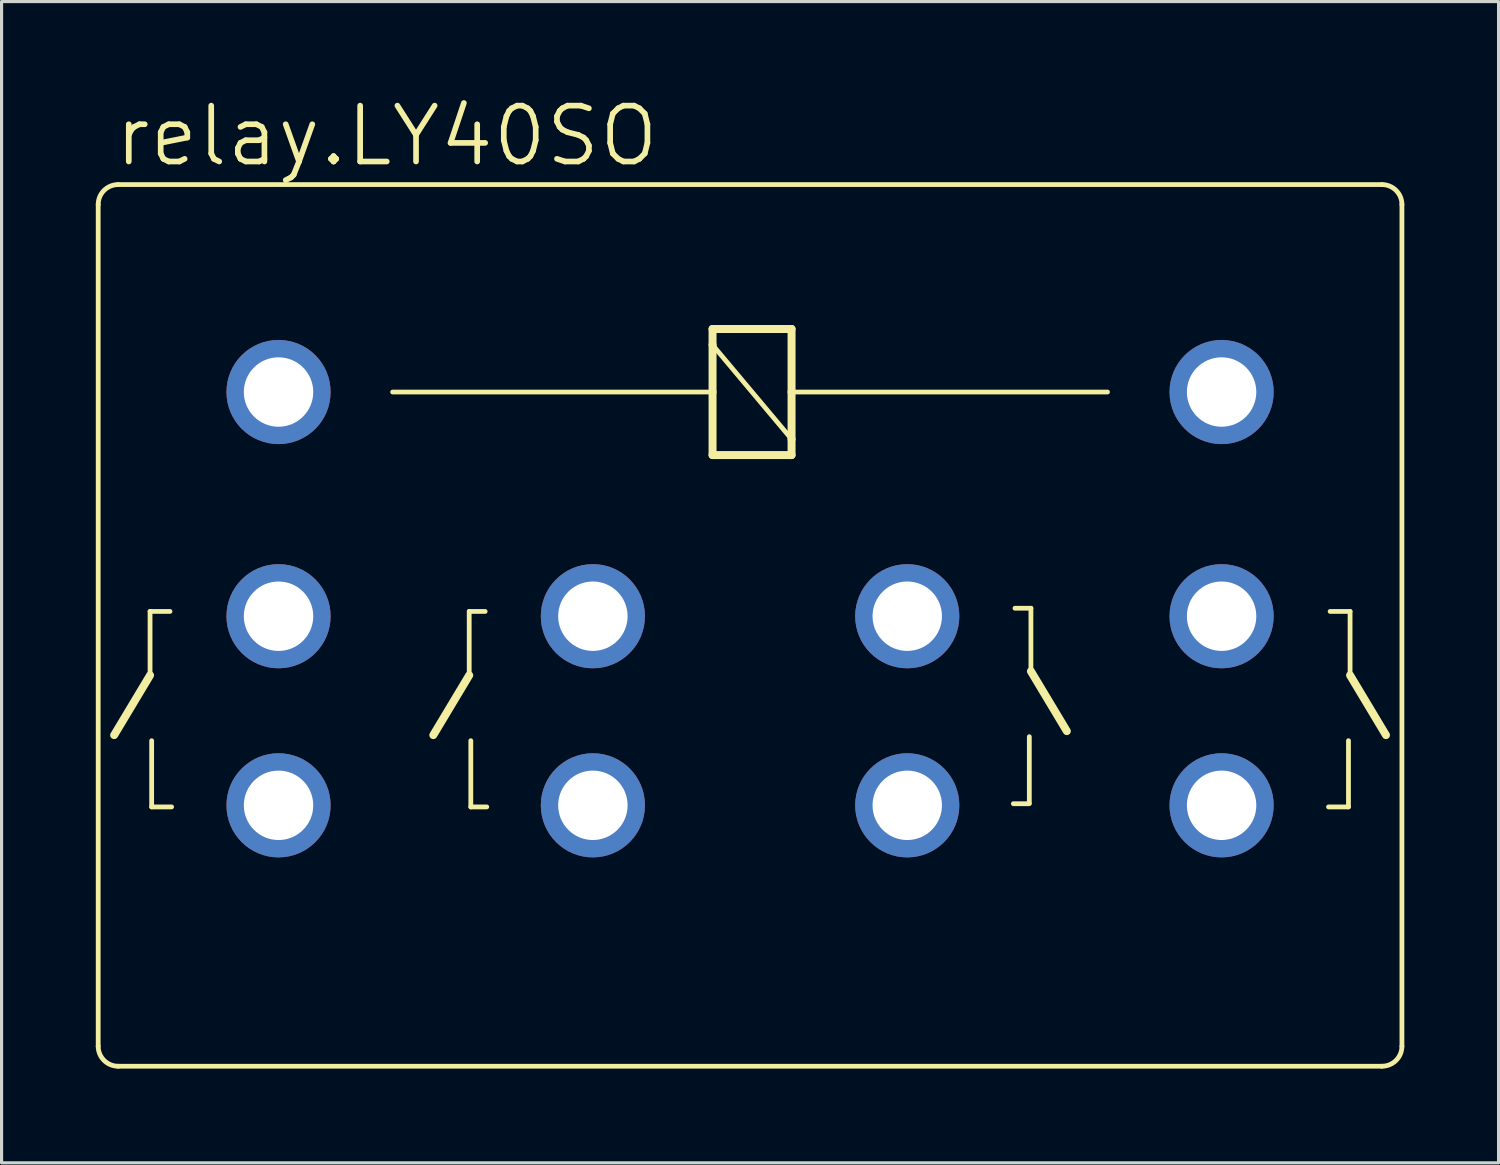
<source format=kicad_pcb>
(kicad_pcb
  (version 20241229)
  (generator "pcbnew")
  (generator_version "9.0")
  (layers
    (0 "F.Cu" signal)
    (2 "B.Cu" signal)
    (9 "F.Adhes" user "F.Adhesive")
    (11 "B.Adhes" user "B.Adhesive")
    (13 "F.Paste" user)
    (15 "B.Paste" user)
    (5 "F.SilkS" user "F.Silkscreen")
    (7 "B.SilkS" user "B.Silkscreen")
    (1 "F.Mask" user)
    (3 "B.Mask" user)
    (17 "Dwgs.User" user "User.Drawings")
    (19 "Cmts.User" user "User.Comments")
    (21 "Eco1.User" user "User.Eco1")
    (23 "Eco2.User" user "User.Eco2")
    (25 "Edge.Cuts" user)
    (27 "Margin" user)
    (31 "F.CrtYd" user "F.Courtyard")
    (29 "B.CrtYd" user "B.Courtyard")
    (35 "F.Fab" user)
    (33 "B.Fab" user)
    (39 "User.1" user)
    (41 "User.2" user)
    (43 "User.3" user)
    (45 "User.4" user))
  (footprint "relay.LY40SO"
    (layer "F.Cu")
    (at 20.828 9.43)
    (property "Reference" "relay.LY40SO" (at -20.32 -7.112 0) (layer "F.SilkS") (effects (font (size 1.778 1.778) (thickness 0.18)) (justify left bottom)))
    (attr through_hole)
    (fp_line (start -17.805 1.27) (end -17.805 -1.27) (stroke (width 1.143) (type default)) (layer "F.Mask"))
    (fp_line (start -17.805 8.407) (end -17.805 5.867) (stroke (width 1.143) (type default)) (layer "F.Mask"))
    (fp_line (start -17.805 14.427) (end -17.805 11.887) (stroke (width 1.143) (type default)) (layer "F.Mask"))
    (fp_line (start -17.297 -1.27) (end -12.725 -1.27) (stroke (width 1.143) (type default)) (layer "F.Mask"))
    (fp_line (start -17.297 1.27) (end -17.297 -1.27) (stroke (width 1.143) (type default)) (layer "F.Mask"))
    (fp_line (start -17.297 5.867) (end -12.725 5.867) (stroke (width 1.143) (type default)) (layer "F.Mask"))
    (fp_line (start -17.297 8.407) (end -17.297 5.867) (stroke (width 1.143) (type default)) (layer "F.Mask"))
    (fp_line (start -17.297 11.887) (end -12.725 11.887) (stroke (width 1.143) (type default)) (layer "F.Mask"))
    (fp_line (start -17.297 14.427) (end -17.297 11.887) (stroke (width 1.143) (type default)) (layer "F.Mask"))
    (fp_line (start -12.725 -1.27) (end -12.725 1.27) (stroke (width 1.143) (type default)) (layer "F.Mask"))
    (fp_line (start -12.725 1.27) (end -17.297 1.27) (stroke (width 1.143) (type default)) (layer "F.Mask"))
    (fp_line (start -12.725 5.867) (end -12.725 8.407) (stroke (width 1.143) (type default)) (layer "F.Mask"))
    (fp_line (start -12.725 8.407) (end -17.297 8.407) (stroke (width 1.143) (type default)) (layer "F.Mask"))
    (fp_line (start -12.725 11.887) (end -12.725 14.427) (stroke (width 1.143) (type default)) (layer "F.Mask"))
    (fp_line (start -12.725 14.427) (end -17.297 14.427) (stroke (width 1.143) (type default)) (layer "F.Mask"))
    (fp_line (start -12.217 -1.27) (end -12.217 1.27) (stroke (width 1.143) (type default)) (layer "F.Mask"))
    (fp_line (start -12.217 5.867) (end -12.217 8.407) (stroke (width 1.143) (type default)) (layer "F.Mask"))
    (fp_line (start -12.217 11.887) (end -12.217 14.427) (stroke (width 1.143) (type default)) (layer "F.Mask"))
    (fp_line (start -7.798 8.407) (end -7.798 5.867) (stroke (width 1.143) (type default)) (layer "F.Mask"))
    (fp_line (start -7.798 14.427) (end -7.798 11.887) (stroke (width 1.143) (type default)) (layer "F.Mask"))
    (fp_line (start -7.29 5.867) (end -2.718 5.867) (stroke (width 1.143) (type default)) (layer "F.Mask"))
    (fp_line (start -7.29 8.407) (end -7.29 5.867) (stroke (width 1.143) (type default)) (layer "F.Mask"))
    (fp_line (start -7.29 11.887) (end -2.718 11.887) (stroke (width 1.143) (type default)) (layer "F.Mask"))
    (fp_line (start -7.29 14.427) (end -7.29 11.887) (stroke (width 1.143) (type default)) (layer "F.Mask"))
    (fp_line (start -2.718 5.867) (end -2.718 8.407) (stroke (width 1.143) (type default)) (layer "F.Mask"))
    (fp_line (start -2.718 8.407) (end -7.29 8.407) (stroke (width 1.143) (type default)) (layer "F.Mask"))
    (fp_line (start -2.718 11.887) (end -2.718 14.427) (stroke (width 1.143) (type default)) (layer "F.Mask"))
    (fp_line (start -2.718 14.427) (end -7.29 14.427) (stroke (width 1.143) (type default)) (layer "F.Mask"))
    (fp_line (start -2.21 5.867) (end -2.21 8.407) (stroke (width 1.143) (type default)) (layer "F.Mask"))
    (fp_line (start -2.21 11.887) (end -2.21 14.427) (stroke (width 1.143) (type default)) (layer "F.Mask"))
    (fp_line (start 2.21 8.407) (end 2.21 5.867) (stroke (width 1.143) (type default)) (layer "F.Mask"))
    (fp_line (start 2.21 14.427) (end 2.21 11.887) (stroke (width 1.143) (type default)) (layer "F.Mask"))
    (fp_line (start 2.718 5.867) (end 7.29 5.867) (stroke (width 1.143) (type default)) (layer "F.Mask"))
    (fp_line (start 2.718 8.407) (end 2.718 5.867) (stroke (width 1.143) (type default)) (layer "F.Mask"))
    (fp_line (start 2.718 11.887) (end 7.29 11.887) (stroke (width 1.143) (type default)) (layer "F.Mask"))
    (fp_line (start 2.718 14.427) (end 2.718 11.887) (stroke (width 1.143) (type default)) (layer "F.Mask"))
    (fp_line (start 7.29 5.867) (end 7.29 8.407) (stroke (width 1.143) (type default)) (layer "F.Mask"))
    (fp_line (start 7.29 8.407) (end 2.718 8.407) (stroke (width 1.143) (type default)) (layer "F.Mask"))
    (fp_line (start 7.29 11.887) (end 7.29 14.427) (stroke (width 1.143) (type default)) (layer "F.Mask"))
    (fp_line (start 7.29 14.427) (end 2.718 14.427) (stroke (width 1.143) (type default)) (layer "F.Mask"))
    (fp_line (start 7.798 5.867) (end 7.798 8.407) (stroke (width 1.143) (type default)) (layer "F.Mask"))
    (fp_line (start 7.798 11.887) (end 7.798 14.427) (stroke (width 1.143) (type default)) (layer "F.Mask"))
    (fp_line (start 12.217 1.27) (end 12.217 -1.27) (stroke (width 1.143) (type default)) (layer "F.Mask"))
    (fp_line (start 12.217 8.407) (end 12.217 5.867) (stroke (width 1.143) (type default)) (layer "F.Mask"))
    (fp_line (start 12.217 14.427) (end 12.217 11.887) (stroke (width 1.143) (type default)) (layer "F.Mask"))
    (fp_line (start 12.725 -1.27) (end 17.297 -1.27) (stroke (width 1.143) (type default)) (layer "F.Mask"))
    (fp_line (start 12.725 1.27) (end 12.725 -1.27) (stroke (width 1.143) (type default)) (layer "F.Mask"))
    (fp_line (start 12.725 5.867) (end 17.297 5.867) (stroke (width 1.143) (type default)) (layer "F.Mask"))
    (fp_line (start 12.725 8.407) (end 12.725 5.867) (stroke (width 1.143) (type default)) (layer "F.Mask"))
    (fp_line (start 12.725 11.887) (end 17.297 11.887) (stroke (width 1.143) (type default)) (layer "F.Mask"))
    (fp_line (start 12.725 14.427) (end 12.725 11.887) (stroke (width 1.143) (type default)) (layer "F.Mask"))
    (fp_line (start 17.297 -1.27) (end 17.297 1.27) (stroke (width 1.143) (type default)) (layer "F.Mask"))
    (fp_line (start 17.297 1.27) (end 12.725 1.27) (stroke (width 1.143) (type default)) (layer "F.Mask"))
    (fp_line (start 17.297 5.867) (end 17.297 8.407) (stroke (width 1.143) (type default)) (layer "F.Mask"))
    (fp_line (start 17.297 8.407) (end 12.725 8.407) (stroke (width 1.143) (type default)) (layer "F.Mask"))
    (fp_line (start 17.297 11.887) (end 17.297 14.427) (stroke (width 1.143) (type default)) (layer "F.Mask"))
    (fp_line (start 17.297 14.427) (end 12.725 14.427) (stroke (width 1.143) (type default)) (layer "F.Mask"))
    (fp_line (start 17.805 -1.27) (end 17.805 1.27) (stroke (width 1.143) (type default)) (layer "F.Mask"))
    (fp_line (start 17.805 5.867) (end 17.805 8.407) (stroke (width 1.143) (type default)) (layer "F.Mask"))
    (fp_line (start 17.805 11.887) (end 17.805 14.427) (stroke (width 1.143) (type default)) (layer "F.Mask"))
    (fp_line (start -17.805 -1.27) (end -17.297 -1.27) (stroke (width 1.143) (type default)) (layer "B.Mask"))
    (fp_line (start -17.805 1.27) (end -17.805 -1.27) (stroke (width 1.143) (type default)) (layer "B.Mask"))
    (fp_line (start -17.805 5.867) (end -17.297 5.867) (stroke (width 1.143) (type default)) (layer "B.Mask"))
    (fp_line (start -17.805 8.407) (end -17.805 5.867) (stroke (width 1.143) (type default)) (layer "B.Mask"))
    (fp_line (start -17.805 11.887) (end -17.297 11.887) (stroke (width 1.143) (type default)) (layer "B.Mask"))
    (fp_line (start -17.805 14.427) (end -17.805 11.887) (stroke (width 1.143) (type default)) (layer "B.Mask"))
    (fp_line (start -17.297 -1.27) (end -12.725 -1.27) (stroke (width 1.143) (type default)) (layer "B.Mask"))
    (fp_line (start -17.297 1.27) (end -17.805 1.27) (stroke (width 1.143) (type default)) (layer "B.Mask"))
    (fp_line (start -17.297 1.27) (end -17.297 -1.27) (stroke (width 1.143) (type default)) (layer "B.Mask"))
    (fp_line (start -17.297 5.867) (end -12.725 5.867) (stroke (width 1.143) (type default)) (layer "B.Mask"))
    (fp_line (start -17.297 8.407) (end -17.805 8.407) (stroke (width 1.143) (type default)) (layer "B.Mask"))
    (fp_line (start -17.297 8.407) (end -17.297 5.867) (stroke (width 1.143) (type default)) (layer "B.Mask"))
    (fp_line (start -17.297 11.887) (end -12.725 11.887) (stroke (width 1.143) (type default)) (layer "B.Mask"))
    (fp_line (start -17.297 14.427) (end -17.805 14.427) (stroke (width 1.143) (type default)) (layer "B.Mask"))
    (fp_line (start -17.297 14.427) (end -17.297 11.887) (stroke (width 1.143) (type default)) (layer "B.Mask"))
    (fp_line (start -12.725 -1.27) (end -12.725 1.27) (stroke (width 1.143) (type default)) (layer "B.Mask"))
    (fp_line (start -12.725 -1.27) (end -12.217 -1.27) (stroke (width 1.143) (type default)) (layer "B.Mask"))
    (fp_line (start -12.725 1.27) (end -17.297 1.27) (stroke (width 1.143) (type default)) (layer "B.Mask"))
    (fp_line (start -12.725 5.867) (end -12.725 8.407) (stroke (width 1.143) (type default)) (layer "B.Mask"))
    (fp_line (start -12.725 5.867) (end -12.217 5.867) (stroke (width 1.143) (type default)) (layer "B.Mask"))
    (fp_line (start -12.725 8.407) (end -17.297 8.407) (stroke (width 1.143) (type default)) (layer "B.Mask"))
    (fp_line (start -12.725 11.887) (end -12.725 14.427) (stroke (width 1.143) (type default)) (layer "B.Mask"))
    (fp_line (start -12.725 11.887) (end -12.217 11.887) (stroke (width 1.143) (type default)) (layer "B.Mask"))
    (fp_line (start -12.725 14.427) (end -17.297 14.427) (stroke (width 1.143) (type default)) (layer "B.Mask"))
    (fp_line (start -12.217 -1.27) (end -12.217 1.27) (stroke (width 1.143) (type default)) (layer "B.Mask"))
    (fp_line (start -12.217 1.27) (end -12.725 1.27) (stroke (width 1.143) (type default)) (layer "B.Mask"))
    (fp_line (start -12.217 5.867) (end -12.217 8.407) (stroke (width 1.143) (type default)) (layer "B.Mask"))
    (fp_line (start -12.217 8.407) (end -12.725 8.407) (stroke (width 1.143) (type default)) (layer "B.Mask"))
    (fp_line (start -12.217 11.887) (end -12.217 14.427) (stroke (width 1.143) (type default)) (layer "B.Mask"))
    (fp_line (start -12.217 14.427) (end -12.725 14.427) (stroke (width 1.143) (type default)) (layer "B.Mask"))
    (fp_line (start -7.798 5.867) (end -7.29 5.867) (stroke (width 1.143) (type default)) (layer "B.Mask"))
    (fp_line (start -7.798 8.407) (end -7.798 5.867) (stroke (width 1.143) (type default)) (layer "B.Mask"))
    (fp_line (start -7.798 11.887) (end -7.29 11.887) (stroke (width 1.143) (type default)) (layer "B.Mask"))
    (fp_line (start -7.798 14.427) (end -7.798 11.887) (stroke (width 1.143) (type default)) (layer "B.Mask"))
    (fp_line (start -7.29 5.867) (end -2.718 5.867) (stroke (width 1.143) (type default)) (layer "B.Mask"))
    (fp_line (start -7.29 8.407) (end -7.798 8.407) (stroke (width 1.143) (type default)) (layer "B.Mask"))
    (fp_line (start -7.29 8.407) (end -7.29 5.867) (stroke (width 1.143) (type default)) (layer "B.Mask"))
    (fp_line (start -7.29 11.887) (end -2.718 11.887) (stroke (width 1.143) (type default)) (layer "B.Mask"))
    (fp_line (start -7.29 14.427) (end -7.798 14.427) (stroke (width 1.143) (type default)) (layer "B.Mask"))
    (fp_line (start -7.29 14.427) (end -7.29 11.887) (stroke (width 1.143) (type default)) (layer "B.Mask"))
    (fp_line (start -2.718 5.867) (end -2.718 8.407) (stroke (width 1.143) (type default)) (layer "B.Mask"))
    (fp_line (start -2.718 5.867) (end -2.21 5.867) (stroke (width 1.143) (type default)) (layer "B.Mask"))
    (fp_line (start -2.718 8.407) (end -7.29 8.407) (stroke (width 1.143) (type default)) (layer "B.Mask"))
    (fp_line (start -2.718 11.887) (end -2.718 14.427) (stroke (width 1.143) (type default)) (layer "B.Mask"))
    (fp_line (start -2.718 11.887) (end -2.21 11.887) (stroke (width 1.143) (type default)) (layer "B.Mask"))
    (fp_line (start -2.718 14.427) (end -7.29 14.427) (stroke (width 1.143) (type default)) (layer "B.Mask"))
    (fp_line (start -2.21 5.867) (end -2.21 8.407) (stroke (width 1.143) (type default)) (layer "B.Mask"))
    (fp_line (start -2.21 8.407) (end -2.718 8.407) (stroke (width 1.143) (type default)) (layer "B.Mask"))
    (fp_line (start -2.21 11.887) (end -2.21 14.427) (stroke (width 1.143) (type default)) (layer "B.Mask"))
    (fp_line (start -2.21 14.427) (end -2.718 14.427) (stroke (width 1.143) (type default)) (layer "B.Mask"))
    (fp_line (start 2.21 5.867) (end 2.718 5.867) (stroke (width 1.143) (type default)) (layer "B.Mask"))
    (fp_line (start 2.21 8.407) (end 2.21 5.867) (stroke (width 1.143) (type default)) (layer "B.Mask"))
    (fp_line (start 2.21 11.887) (end 2.718 11.887) (stroke (width 1.143) (type default)) (layer "B.Mask"))
    (fp_line (start 2.21 14.427) (end 2.21 11.887) (stroke (width 1.143) (type default)) (layer "B.Mask"))
    (fp_line (start 2.718 5.867) (end 7.29 5.867) (stroke (width 1.143) (type default)) (layer "B.Mask"))
    (fp_line (start 2.718 8.407) (end 2.21 8.407) (stroke (width 1.143) (type default)) (layer "B.Mask"))
    (fp_line (start 2.718 8.407) (end 2.718 5.867) (stroke (width 1.143) (type default)) (layer "B.Mask"))
    (fp_line (start 2.718 11.887) (end 7.29 11.887) (stroke (width 1.143) (type default)) (layer "B.Mask"))
    (fp_line (start 2.718 14.427) (end 2.21 14.427) (stroke (width 1.143) (type default)) (layer "B.Mask"))
    (fp_line (start 2.718 14.427) (end 2.718 11.887) (stroke (width 1.143) (type default)) (layer "B.Mask"))
    (fp_line (start 7.29 5.867) (end 7.29 8.407) (stroke (width 1.143) (type default)) (layer "B.Mask"))
    (fp_line (start 7.29 5.867) (end 7.798 5.867) (stroke (width 1.143) (type default)) (layer "B.Mask"))
    (fp_line (start 7.29 8.407) (end 2.718 8.407) (stroke (width 1.143) (type default)) (layer "B.Mask"))
    (fp_line (start 7.29 11.887) (end 7.29 14.427) (stroke (width 1.143) (type default)) (layer "B.Mask"))
    (fp_line (start 7.29 11.887) (end 7.798 11.887) (stroke (width 1.143) (type default)) (layer "B.Mask"))
    (fp_line (start 7.29 14.427) (end 2.718 14.427) (stroke (width 1.143) (type default)) (layer "B.Mask"))
    (fp_line (start 7.798 5.867) (end 7.798 8.407) (stroke (width 1.143) (type default)) (layer "B.Mask"))
    (fp_line (start 7.798 8.407) (end 7.29 8.407) (stroke (width 1.143) (type default)) (layer "B.Mask"))
    (fp_line (start 7.798 11.887) (end 7.798 14.427) (stroke (width 1.143) (type default)) (layer "B.Mask"))
    (fp_line (start 7.798 14.427) (end 7.29 14.427) (stroke (width 1.143) (type default)) (layer "B.Mask"))
    (fp_line (start 12.217 -1.27) (end 12.725 -1.27) (stroke (width 1.143) (type default)) (layer "B.Mask"))
    (fp_line (start 12.217 1.27) (end 12.217 -1.27) (stroke (width 1.143) (type default)) (layer "B.Mask"))
    (fp_line (start 12.217 5.867) (end 12.725 5.867) (stroke (width 1.143) (type default)) (layer "B.Mask"))
    (fp_line (start 12.217 8.407) (end 12.217 5.867) (stroke (width 1.143) (type default)) (layer "B.Mask"))
    (fp_line (start 12.217 11.887) (end 12.725 11.887) (stroke (width 1.143) (type default)) (layer "B.Mask"))
    (fp_line (start 12.217 14.427) (end 12.217 11.887) (stroke (width 1.143) (type default)) (layer "B.Mask"))
    (fp_line (start 12.725 -1.27) (end 17.297 -1.27) (stroke (width 1.143) (type default)) (layer "B.Mask"))
    (fp_line (start 12.725 1.27) (end 12.217 1.27) (stroke (width 1.143) (type default)) (layer "B.Mask"))
    (fp_line (start 12.725 1.27) (end 12.725 -1.27) (stroke (width 1.143) (type default)) (layer "B.Mask"))
    (fp_line (start 12.725 5.867) (end 17.297 5.867) (stroke (width 1.143) (type default)) (layer "B.Mask"))
    (fp_line (start 12.725 8.407) (end 12.217 8.407) (stroke (width 1.143) (type default)) (layer "B.Mask"))
    (fp_line (start 12.725 8.407) (end 12.725 5.867) (stroke (width 1.143) (type default)) (layer "B.Mask"))
    (fp_line (start 12.725 11.887) (end 17.297 11.887) (stroke (width 1.143) (type default)) (layer "B.Mask"))
    (fp_line (start 12.725 14.427) (end 12.217 14.427) (stroke (width 1.143) (type default)) (layer "B.Mask"))
    (fp_line (start 12.725 14.427) (end 12.725 11.887) (stroke (width 1.143) (type default)) (layer "B.Mask"))
    (fp_line (start 17.297 -1.27) (end 17.297 1.27) (stroke (width 1.143) (type default)) (layer "B.Mask"))
    (fp_line (start 17.297 -1.27) (end 17.805 -1.27) (stroke (width 1.143) (type default)) (layer "B.Mask"))
    (fp_line (start 17.297 1.27) (end 12.725 1.27) (stroke (width 1.143) (type default)) (layer "B.Mask"))
    (fp_line (start 17.297 5.867) (end 17.297 8.407) (stroke (width 1.143) (type default)) (layer "B.Mask"))
    (fp_line (start 17.297 5.867) (end 17.805 5.867) (stroke (width 1.143) (type default)) (layer "B.Mask"))
    (fp_line (start 17.297 8.407) (end 12.725 8.407) (stroke (width 1.143) (type default)) (layer "B.Mask"))
    (fp_line (start 17.297 11.887) (end 17.297 14.427) (stroke (width 1.143) (type default)) (layer "B.Mask"))
    (fp_line (start 17.297 11.887) (end 17.805 11.887) (stroke (width 1.143) (type default)) (layer "B.Mask"))
    (fp_line (start 17.297 14.427) (end 12.725 14.427) (stroke (width 1.143) (type default)) (layer "B.Mask"))
    (fp_line (start 17.805 -1.27) (end 17.805 1.27) (stroke (width 1.143) (type default)) (layer "B.Mask"))
    (fp_line (start 17.805 1.27) (end 17.297 1.27) (stroke (width 1.143) (type default)) (layer "B.Mask"))
    (fp_line (start 17.805 5.867) (end 17.805 8.407) (stroke (width 1.143) (type default)) (layer "B.Mask"))
    (fp_line (start 17.805 8.407) (end 17.297 8.407) (stroke (width 1.143) (type default)) (layer "B.Mask"))
    (fp_line (start 17.805 11.887) (end 17.805 14.427) (stroke (width 1.143) (type default)) (layer "B.Mask"))
    (fp_line (start 17.805 14.427) (end 17.297 14.427) (stroke (width 1.143) (type default)) (layer "B.Mask"))
    (fp_line (start -20.752 20.828) (end -20.752 -5.969) (stroke (width 0.152) (type default)) (layer "F.SilkS"))
    (fp_line (start -20.117 -6.604) (end 20.117 -6.604) (stroke (width 0.152) (type default)) (layer "F.SilkS"))
    (fp_line (start -19.101 6.985) (end -18.466 6.985) (stroke (width 0.152) (type default)) (layer "F.SilkS"))
    (fp_line (start -19.101 9.017) (end -20.244 10.922) (stroke (width 0.254) (type default)) (layer "F.SilkS"))
    (fp_line (start -19.101 9.017) (end -19.101 6.985) (stroke (width 0.152) (type default)) (layer "F.SilkS"))
    (fp_line (start -19.05 11.1) (end -19.05 13.208) (stroke (width 0.152) (type default)) (layer "F.SilkS"))
    (fp_line (start -19.05 13.208) (end -18.415 13.208) (stroke (width 0.152) (type default)) (layer "F.SilkS"))
    (fp_line (start -11.379 0) (end -1.194 0) (stroke (width 0.152) (type default)) (layer "F.SilkS"))
    (fp_line (start -8.941 6.985) (end -8.433 6.985) (stroke (width 0.152) (type default)) (layer "F.SilkS"))
    (fp_line (start -8.941 9.017) (end -10.084 10.922) (stroke (width 0.254) (type default)) (layer "F.SilkS"))
    (fp_line (start -8.941 9.017) (end -8.941 6.985) (stroke (width 0.152) (type default)) (layer "F.SilkS"))
    (fp_line (start -8.89 11.1) (end -8.89 13.208) (stroke (width 0.152) (type default)) (layer "F.SilkS"))
    (fp_line (start -8.89 13.208) (end -8.382 13.208) (stroke (width 0.152) (type default)) (layer "F.SilkS"))
    (fp_line (start -1.194 -2.007) (end 1.321 -2.007) (stroke (width 0.254) (type default)) (layer "F.SilkS"))
    (fp_line (start -1.194 -1.499) (end -1.194 -2.007) (stroke (width 0.254) (type default)) (layer "F.SilkS"))
    (fp_line (start -1.194 -1.499) (end 1.321 1.499) (stroke (width 0.152) (type default)) (layer "F.SilkS"))
    (fp_line (start -1.194 0) (end -1.194 -1.499) (stroke (width 0.254) (type default)) (layer "F.SilkS"))
    (fp_line (start -1.194 2.007) (end -1.194 0) (stroke (width 0.254) (type default)) (layer "F.SilkS"))
    (fp_line (start 1.321 -2.007) (end 1.321 0) (stroke (width 0.254) (type default)) (layer "F.SilkS"))
    (fp_line (start 1.321 0) (end 1.321 1.499) (stroke (width 0.254) (type default)) (layer "F.SilkS"))
    (fp_line (start 1.321 0) (end 11.379 0) (stroke (width 0.152) (type default)) (layer "F.SilkS"))
    (fp_line (start 1.321 1.499) (end 1.321 2.007) (stroke (width 0.254) (type default)) (layer "F.SilkS"))
    (fp_line (start 1.321 2.007) (end -1.194 2.007) (stroke (width 0.254) (type default)) (layer "F.SilkS"))
    (fp_line (start 8.89 10.973) (end 8.89 13.081) (stroke (width 0.152) (type default)) (layer "F.SilkS"))
    (fp_line (start 8.89 13.106) (end 8.382 13.106) (stroke (width 0.152) (type default)) (layer "F.SilkS"))
    (fp_line (start 8.941 6.883) (end 8.433 6.883) (stroke (width 0.152) (type default)) (layer "F.SilkS"))
    (fp_line (start 8.941 8.89) (end 8.941 6.883) (stroke (width 0.152) (type default)) (layer "F.SilkS"))
    (fp_line (start 8.941 8.915) (end 8.941 8.89) (stroke (width 0.152) (type default)) (layer "F.SilkS"))
    (fp_line (start 10.084 10.795) (end 8.941 8.89) (stroke (width 0.254) (type default)) (layer "F.SilkS"))
    (fp_line (start 19.05 11.1) (end 19.05 13.208) (stroke (width 0.152) (type default)) (layer "F.SilkS"))
    (fp_line (start 19.05 13.208) (end 18.415 13.208) (stroke (width 0.152) (type default)) (layer "F.SilkS"))
    (fp_line (start 19.101 6.985) (end 18.466 6.985) (stroke (width 0.152) (type default)) (layer "F.SilkS"))
    (fp_line (start 19.101 9.017) (end 19.101 6.985) (stroke (width 0.152) (type default)) (layer "F.SilkS"))
    (fp_line (start 20.117 21.463) (end -20.117 21.463) (stroke (width 0.152) (type default)) (layer "F.SilkS"))
    (fp_line (start 20.244 10.922) (end 19.101 9.017) (stroke (width 0.254) (type default)) (layer "F.SilkS"))
    (fp_line (start 20.752 -5.969) (end 20.752 20.828) (stroke (width 0.152) (type default)) (layer "F.SilkS"))
    (fp_arc (start -20.7518 -5.969) (mid -20.565813 -6.418013) (end -20.1168 -6.604) (stroke (width 0.1524) (type default)) (layer "F.SilkS"))
    (fp_arc (start -20.1168 21.463) (mid -20.565813 21.277013) (end -20.7518 20.828) (stroke (width 0.1524) (type default)) (layer "F.SilkS"))
    (fp_arc (start 20.1168 -6.604) (mid 20.565813 -6.418013) (end 20.7518 -5.969) (stroke (width 0.1524) (type default)) (layer "F.SilkS"))
    (fp_arc (start 20.7518 20.828) (mid 20.565813 21.277013) (end 20.1168 21.463) (stroke (width 0.1524) (type default)) (layer "F.SilkS"))
    (pad "1" thru_hole circle (at -15.011 0) (size 3.315 3.315) (drill 2.21) (layers "*.Cu" "*.Mask"))
    (pad "2" thru_hole circle (at 15.011 0) (size 3.315 3.315) (drill 2.21) (layers "*.Cu" "*.Mask"))
    (pad "P1" thru_hole circle (at -15.011 7.137) (size 3.315 3.315) (drill 2.21) (layers "*.Cu" "*.Mask"))
    (pad "P2" thru_hole circle (at -5.004 7.137) (size 3.315 3.315) (drill 2.21) (layers "*.Cu" "*.Mask"))
    (pad "P3" thru_hole circle (at 5.004 7.137) (size 3.315 3.315) (drill 2.21) (layers "*.Cu" "*.Mask"))
    (pad "P4" thru_hole circle (at 15.011 7.137) (size 3.315 3.315) (drill 2.21) (layers "*.Cu" "*.Mask"))
    (pad "S1" thru_hole circle (at -15.011 13.157) (size 3.315 3.315) (drill 2.21) (layers "*.Cu" "*.Mask"))
    (pad "S2" thru_hole circle (at -5.004 13.157) (size 3.315 3.315) (drill 2.21) (layers "*.Cu" "*.Mask"))
    (pad "S3" thru_hole circle (at 5.004 13.157) (size 3.315 3.315) (drill 2.21) (layers "*.Cu" "*.Mask"))
    (pad "S4" thru_hole circle (at 15.011 13.157) (size 3.315 3.315) (drill 2.21) (layers "*.Cu" "*.Mask")))
  (gr_rect
    (start -3 -3)
    (end 44.656 33.969)
    (stroke (width 0.1) (type default))
    (fill no)
    (layer "Edge.Cuts")))
</source>
